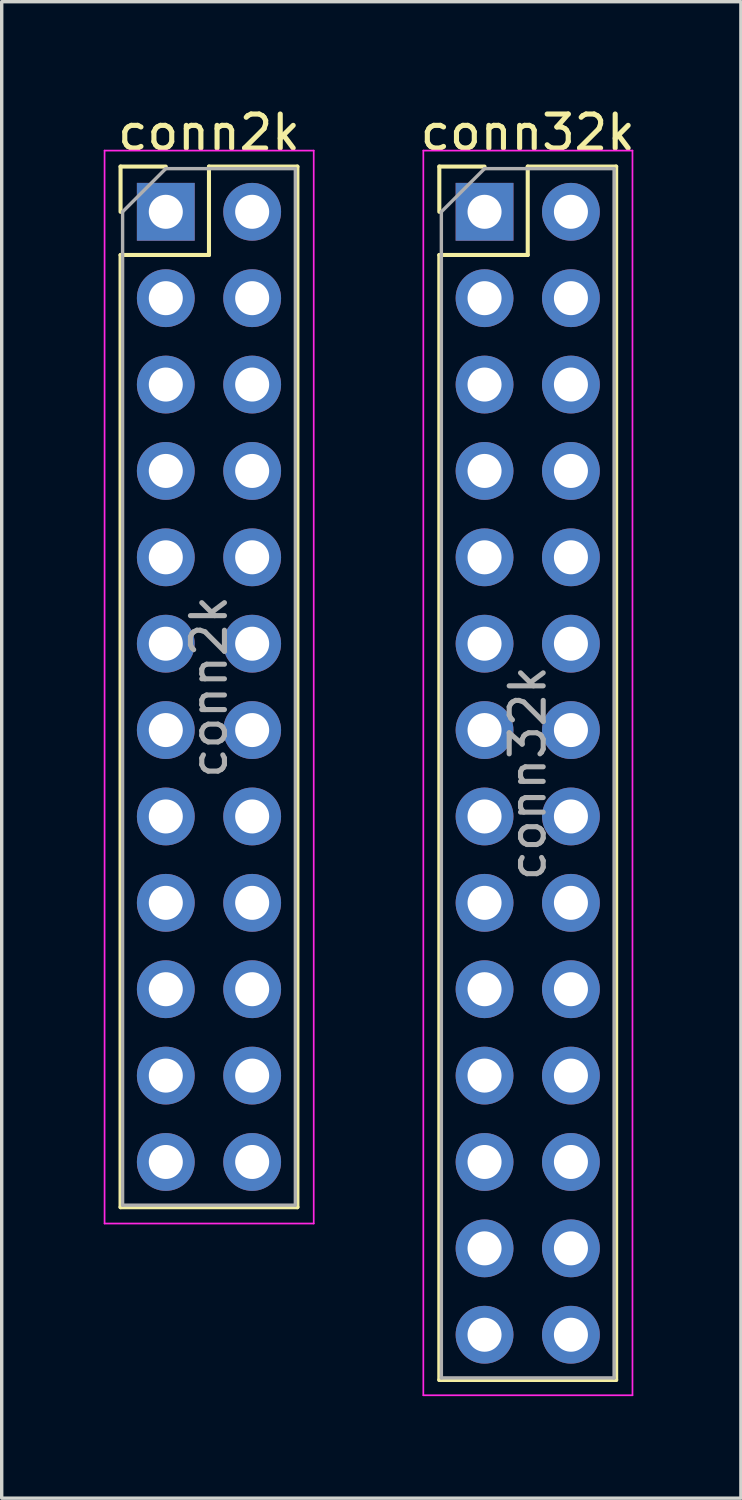
<source format=kicad_pcb>
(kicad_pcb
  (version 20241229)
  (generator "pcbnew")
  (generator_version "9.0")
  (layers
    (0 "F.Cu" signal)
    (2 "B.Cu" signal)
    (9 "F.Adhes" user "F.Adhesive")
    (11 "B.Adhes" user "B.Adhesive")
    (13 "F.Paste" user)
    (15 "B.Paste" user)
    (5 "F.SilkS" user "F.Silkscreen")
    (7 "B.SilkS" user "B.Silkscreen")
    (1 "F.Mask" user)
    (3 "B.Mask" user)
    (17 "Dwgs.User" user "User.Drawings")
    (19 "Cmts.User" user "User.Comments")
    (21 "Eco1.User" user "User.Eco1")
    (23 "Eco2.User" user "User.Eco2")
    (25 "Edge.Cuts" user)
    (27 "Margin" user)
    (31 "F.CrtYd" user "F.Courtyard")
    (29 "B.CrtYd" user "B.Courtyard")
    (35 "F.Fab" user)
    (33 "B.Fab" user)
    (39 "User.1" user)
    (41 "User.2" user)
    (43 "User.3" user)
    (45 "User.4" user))
  (footprint "conn32k"
    (layer "F.Cu")
    (at 11.198 3.178)
    (property "Reference" "conn32k" (at 1.27 -2.33 0) (layer "F.SilkS") (effects (font (size 1 1) (thickness 0.15))))
    (attr through_hole)
    (fp_line (start -1.33 -1.33) (end 0 -1.33) (stroke (width 0.12) (type solid)) (layer "F.SilkS"))
    (fp_line (start -1.33 0) (end -1.33 -1.33) (stroke (width 0.12) (type solid)) (layer "F.SilkS"))
    (fp_line (start -1.33 1.27) (end -1.33 34.35) (stroke (width 0.12) (type solid)) (layer "F.SilkS"))
    (fp_line (start -1.33 1.27) (end 1.27 1.27) (stroke (width 0.12) (type solid)) (layer "F.SilkS"))
    (fp_line (start -1.33 34.35) (end 3.87 34.35) (stroke (width 0.12) (type solid)) (layer "F.SilkS"))
    (fp_line (start 1.27 -1.33) (end 3.87 -1.33) (stroke (width 0.12) (type solid)) (layer "F.SilkS"))
    (fp_line (start 1.27 1.27) (end 1.27 -1.33) (stroke (width 0.12) (type solid)) (layer "F.SilkS"))
    (fp_line (start 3.87 -1.33) (end 3.87 34.35) (stroke (width 0.12) (type solid)) (layer "F.SilkS"))
    (fp_line (start -1.8 -1.8) (end -1.8 34.8) (stroke (width 0.05) (type solid)) (layer "F.CrtYd"))
    (fp_line (start -1.8 34.8) (end 4.35 34.8) (stroke (width 0.05) (type solid)) (layer "F.CrtYd"))
    (fp_line (start 4.35 -1.8) (end -1.8 -1.8) (stroke (width 0.05) (type solid)) (layer "F.CrtYd"))
    (fp_line (start 4.35 34.8) (end 4.35 -1.8) (stroke (width 0.05) (type solid)) (layer "F.CrtYd"))
    (fp_line (start -1.27 0) (end 0 -1.27) (stroke (width 0.1) (type solid)) (layer "F.Fab"))
    (fp_line (start -1.27 34.29) (end -1.27 0) (stroke (width 0.1) (type solid)) (layer "F.Fab"))
    (fp_line (start 0 -1.27) (end 3.81 -1.27) (stroke (width 0.1) (type solid)) (layer "F.Fab"))
    (fp_line (start 3.81 -1.27) (end 3.81 34.29) (stroke (width 0.1) (type solid)) (layer "F.Fab"))
    (fp_line (start 3.81 34.29) (end -1.27 34.29) (stroke (width 0.1) (type solid)) (layer "F.Fab"))
    (fp_text user "${REFERENCE}" (at 1.27 16.51 90) (layer "F.Fab") (effects (font (size 1 1) (thickness 0.15))))
    (pad "1" thru_hole rect (at 0 0) (size 1.7 1.7) (drill 1) (layers "*.Cu" "*.Mask"))
    (pad "2" thru_hole oval (at 0 2.54) (size 1.7 1.7) (drill 1) (layers "*.Cu" "*.Mask"))
    (pad "3" thru_hole oval (at 0 5.08) (size 1.7 1.7) (drill 1) (layers "*.Cu" "*.Mask"))
    (pad "4" thru_hole oval (at 0 7.62) (size 1.7 1.7) (drill 1) (layers "*.Cu" "*.Mask"))
    (pad "5" thru_hole oval (at 0 10.16) (size 1.7 1.7) (drill 1) (layers "*.Cu" "*.Mask"))
    (pad "6" thru_hole oval (at 0 12.7) (size 1.7 1.7) (drill 1) (layers "*.Cu" "*.Mask"))
    (pad "7" thru_hole oval (at 0 15.24) (size 1.7 1.7) (drill 1) (layers "*.Cu" "*.Mask"))
    (pad "8" thru_hole oval (at 0 17.78) (size 1.7 1.7) (drill 1) (layers "*.Cu" "*.Mask"))
    (pad "9" thru_hole oval (at 0 20.32) (size 1.7 1.7) (drill 1) (layers "*.Cu" "*.Mask"))
    (pad "10" thru_hole oval (at 0 22.86) (size 1.7 1.7) (drill 1) (layers "*.Cu" "*.Mask"))
    (pad "11" thru_hole oval (at 0 25.4) (size 1.7 1.7) (drill 1) (layers "*.Cu" "*.Mask"))
    (pad "12" thru_hole oval (at 0 27.94) (size 1.7 1.7) (drill 1) (layers "*.Cu" "*.Mask"))
    (pad "13" thru_hole oval (at 0 30.48) (size 1.7 1.7) (drill 1) (layers "*.Cu" "*.Mask"))
    (pad "14" thru_hole oval (at 0 33.02) (size 1.7 1.7) (drill 1) (layers "*.Cu" "*.Mask"))
    (pad "15" thru_hole oval (at 2.54 33.02) (size 1.7 1.7) (drill 1) (layers "*.Cu" "*.Mask"))
    (pad "16" thru_hole oval (at 2.54 30.48) (size 1.7 1.7) (drill 1) (layers "*.Cu" "*.Mask"))
    (pad "17" thru_hole oval (at 2.54 27.94) (size 1.7 1.7) (drill 1) (layers "*.Cu" "*.Mask"))
    (pad "18" thru_hole oval (at 2.54 25.4) (size 1.7 1.7) (drill 1) (layers "*.Cu" "*.Mask"))
    (pad "19" thru_hole oval (at 2.54 22.86) (size 1.7 1.7) (drill 1) (layers "*.Cu" "*.Mask"))
    (pad "20" thru_hole oval (at 2.54 20.32) (size 1.7 1.7) (drill 1) (layers "*.Cu" "*.Mask"))
    (pad "21" thru_hole oval (at 2.54 17.78) (size 1.7 1.7) (drill 1) (layers "*.Cu" "*.Mask"))
    (pad "22" thru_hole oval (at 2.54 15.24) (size 1.7 1.7) (drill 1) (layers "*.Cu" "*.Mask"))
    (pad "23" thru_hole oval (at 2.54 12.7) (size 1.7 1.7) (drill 1) (layers "*.Cu" "*.Mask"))
    (pad "24" thru_hole oval (at 2.54 10.16) (size 1.7 1.7) (drill 1) (layers "*.Cu" "*.Mask"))
    (pad "25" thru_hole oval (at 2.54 7.62) (size 1.7 1.7) (drill 1) (layers "*.Cu" "*.Mask"))
    (pad "26" thru_hole oval (at 2.54 5.08) (size 1.7 1.7) (drill 1) (layers "*.Cu" "*.Mask"))
    (pad "27" thru_hole oval (at 2.54 2.54) (size 1.7 1.7) (drill 1) (layers "*.Cu" "*.Mask"))
    (pad "28" thru_hole oval (at 2.54 0) (size 1.7 1.7) (drill 1) (layers "*.Cu" "*.Mask")))
  (footprint "conn2k"
    (layer "F.Cu")
    (at 1.825 3.178)
    (property "Reference" "conn2k" (at 1.27 -2.33 0) (layer "F.SilkS") (effects (font (size 1 1) (thickness 0.15))))
    (attr through_hole)
    (fp_line (start -1.33 -1.33) (end 0 -1.33) (stroke (width 0.12) (type solid)) (layer "F.SilkS"))
    (fp_line (start -1.33 0) (end -1.33 -1.33) (stroke (width 0.12) (type solid)) (layer "F.SilkS"))
    (fp_line (start -1.33 1.27) (end -1.33 29.27) (stroke (width 0.12) (type solid)) (layer "F.SilkS"))
    (fp_line (start -1.33 1.27) (end 1.27 1.27) (stroke (width 0.12) (type solid)) (layer "F.SilkS"))
    (fp_line (start -1.33 29.27) (end 3.87 29.27) (stroke (width 0.12) (type solid)) (layer "F.SilkS"))
    (fp_line (start 1.27 -1.33) (end 3.87 -1.33) (stroke (width 0.12) (type solid)) (layer "F.SilkS"))
    (fp_line (start 1.27 1.27) (end 1.27 -1.33) (stroke (width 0.12) (type solid)) (layer "F.SilkS"))
    (fp_line (start 3.87 -1.33) (end 3.87 29.27) (stroke (width 0.12) (type solid)) (layer "F.SilkS"))
    (fp_line (start -1.8 -1.8) (end -1.8 29.75) (stroke (width 0.05) (type solid)) (layer "F.CrtYd"))
    (fp_line (start -1.8 29.75) (end 4.35 29.75) (stroke (width 0.05) (type solid)) (layer "F.CrtYd"))
    (fp_line (start 4.35 -1.8) (end -1.8 -1.8) (stroke (width 0.05) (type solid)) (layer "F.CrtYd"))
    (fp_line (start 4.35 29.75) (end 4.35 -1.8) (stroke (width 0.05) (type solid)) (layer "F.CrtYd"))
    (fp_line (start -1.27 0) (end 0 -1.27) (stroke (width 0.1) (type solid)) (layer "F.Fab"))
    (fp_line (start -1.27 29.21) (end -1.27 0) (stroke (width 0.1) (type solid)) (layer "F.Fab"))
    (fp_line (start 0 -1.27) (end 3.81 -1.27) (stroke (width 0.1) (type solid)) (layer "F.Fab"))
    (fp_line (start 3.81 -1.27) (end 3.81 29.21) (stroke (width 0.1) (type solid)) (layer "F.Fab"))
    (fp_line (start 3.81 29.21) (end -1.27 29.21) (stroke (width 0.1) (type solid)) (layer "F.Fab"))
    (fp_text user "${REFERENCE}" (at 1.27 13.97 90) (layer "F.Fab") (effects (font (size 1 1) (thickness 0.15))))
    (pad "1" thru_hole rect (at 0 0) (size 1.7 1.7) (drill 1) (layers "*.Cu" "*.Mask"))
    (pad "2" thru_hole oval (at 0 2.54) (size 1.7 1.7) (drill 1) (layers "*.Cu" "*.Mask"))
    (pad "3" thru_hole oval (at 0 5.08) (size 1.7 1.7) (drill 1) (layers "*.Cu" "*.Mask"))
    (pad "4" thru_hole oval (at 0 7.62) (size 1.7 1.7) (drill 1) (layers "*.Cu" "*.Mask"))
    (pad "5" thru_hole oval (at 0 10.16) (size 1.7 1.7) (drill 1) (layers "*.Cu" "*.Mask"))
    (pad "6" thru_hole oval (at 0 12.7) (size 1.7 1.7) (drill 1) (layers "*.Cu" "*.Mask"))
    (pad "7" thru_hole oval (at 0 15.24) (size 1.7 1.7) (drill 1) (layers "*.Cu" "*.Mask"))
    (pad "8" thru_hole oval (at 0 17.78) (size 1.7 1.7) (drill 1) (layers "*.Cu" "*.Mask"))
    (pad "9" thru_hole oval (at 0 20.32) (size 1.7 1.7) (drill 1) (layers "*.Cu" "*.Mask"))
    (pad "10" thru_hole oval (at 0 22.86) (size 1.7 1.7) (drill 1) (layers "*.Cu" "*.Mask"))
    (pad "11" thru_hole oval (at 0 25.4) (size 1.7 1.7) (drill 1) (layers "*.Cu" "*.Mask"))
    (pad "12" thru_hole oval (at 0 27.94) (size 1.7 1.7) (drill 1) (layers "*.Cu" "*.Mask"))
    (pad "13" thru_hole oval (at 2.54 27.94) (size 1.7 1.7) (drill 1) (layers "*.Cu" "*.Mask"))
    (pad "14" thru_hole oval (at 2.54 25.4) (size 1.7 1.7) (drill 1) (layers "*.Cu" "*.Mask"))
    (pad "15" thru_hole oval (at 2.54 22.86) (size 1.7 1.7) (drill 1) (layers "*.Cu" "*.Mask"))
    (pad "16" thru_hole oval (at 2.54 20.32) (size 1.7 1.7) (drill 1) (layers "*.Cu" "*.Mask"))
    (pad "17" thru_hole oval (at 2.54 17.78) (size 1.7 1.7) (drill 1) (layers "*.Cu" "*.Mask"))
    (pad "18" thru_hole oval (at 2.54 15.24) (size 1.7 1.7) (drill 1) (layers "*.Cu" "*.Mask"))
    (pad "19" thru_hole oval (at 2.54 12.7) (size 1.7 1.7) (drill 1) (layers "*.Cu" "*.Mask"))
    (pad "20" thru_hole oval (at 2.54 10.16) (size 1.7 1.7) (drill 1) (layers "*.Cu" "*.Mask"))
    (pad "21" thru_hole oval (at 2.54 7.62) (size 1.7 1.7) (drill 1) (layers "*.Cu" "*.Mask"))
    (pad "22" thru_hole oval (at 2.54 5.08) (size 1.7 1.7) (drill 1) (layers "*.Cu" "*.Mask"))
    (pad "23" thru_hole oval (at 2.54 2.54) (size 1.7 1.7) (drill 1) (layers "*.Cu" "*.Mask"))
    (pad "24" thru_hole oval (at 2.54 0) (size 1.7 1.7) (drill 1) (layers "*.Cu" "*.Mask")))
  (gr_rect
    (start -3 -3)
    (end 18.736 41.003)
    (stroke (width 0.1) (type default))
    (fill no)
    (layer "Edge.Cuts")))
</source>
